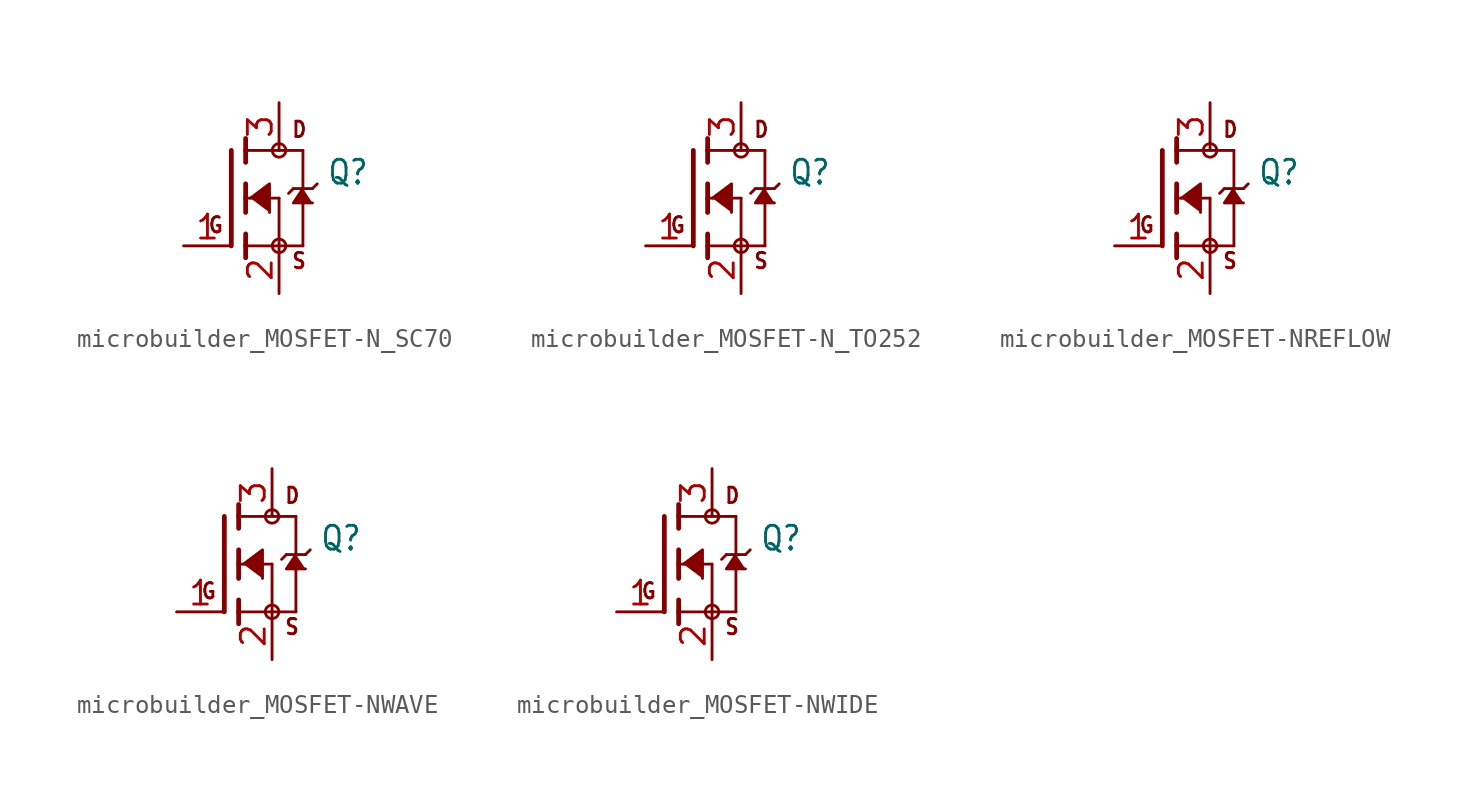
<source format=kicad_sym>
(kicad_symbol_lib
  (version 20231120)
  (generator "kicad_symbol_editor")
  (generator_version "8.0")
  (symbol "microbuilder_MOSFET-N_SC70"
    (property "Reference" "Q"
      (at 5.08 0.635 0)
      (effects (font (size 1.27 1.079)) (justify left bottom)))
    (property "Value" ""
      (at 5.08 -1.27 0)
      (effects (font (size 1.27 1.079)) (justify left bottom)))
    (property "ki_locked" ""
      (at 0 0 0)
      (effects (font (size 1.27 1.27))))
    (symbol "microbuilder_MOSFET-N_SC70_1_0"
      (polyline (pts (xy 0 2.54) (xy 0 -2.54)) (stroke (width 0.254) (type solid)) (fill (type none)))
      (polyline (pts (xy 0.762 -2.54) (xy 0.762 -3.175)) (stroke (width 0.254) (type solid)) (fill (type none)))
      (polyline (pts (xy 0.762 -1.905) (xy 0.762 -2.54)) (stroke (width 0.254) (type solid)) (fill (type none)))
      (polyline (pts (xy 0.762 0) (xy 0.762 -0.762)) (stroke (width 0.254) (type solid)) (fill (type none)))
      (polyline (pts (xy 0.762 0) (xy 2.54 0)) (stroke (width 0.152) (type solid)) (fill (type none)))
      (polyline (pts (xy 0.762 0.762) (xy 0.762 0)) (stroke (width 0.254) (type solid)) (fill (type none)))
      (polyline (pts (xy 0.762 2.54) (xy 0.762 1.905)) (stroke (width 0.254) (type solid)) (fill (type none)))
      (polyline (pts (xy 0.762 2.54) (xy 3.81 2.54)) (stroke (width 0.152) (type solid)) (fill (type none)))
      (polyline (pts (xy 0.762 3.175) (xy 0.762 2.54)) (stroke (width 0.254) (type solid)) (fill (type none)))
      (polyline (pts (xy 2.54 -2.54) (xy 0.762 -2.54)) (stroke (width 0.152) (type solid)) (fill (type none)))
      (polyline (pts (xy 2.54 -2.54) (xy 3.81 -2.54)) (stroke (width 0.152) (type solid)) (fill (type none)))
      (polyline (pts (xy 2.54 0) (xy 2.54 -2.54)) (stroke (width 0.152) (type solid)) (fill (type none)))
      (polyline (pts (xy 3.302 0.508) (xy 3.048 0.254)) (stroke (width 0.152) (type solid)) (fill (type none)))
      (polyline (pts (xy 3.81 0.508) (xy 3.302 0.508)) (stroke (width 0.152) (type solid)) (fill (type none)))
      (polyline (pts (xy 3.81 0.508) (xy 3.81 -2.54)) (stroke (width 0.152) (type solid)) (fill (type none)))
      (polyline (pts (xy 3.81 2.54) (xy 3.81 0.508)) (stroke (width 0.152) (type solid)) (fill (type none)))
      (polyline (pts (xy 4.318 0.508) (xy 3.81 0.508)) (stroke (width 0.152) (type solid)) (fill (type none)))
      (polyline (pts (xy 4.572 0.762) (xy 4.318 0.508)) (stroke (width 0.152) (type solid)) (fill (type none)))
      (polyline (pts (xy 1.016 0) (xy 2.032 0.762) (xy 2.032 -0.762)) (stroke (width 0.152) (type solid)) (fill (type outline)))
      (polyline (pts (xy 3.81 0.508) (xy 3.302 -0.254) (xy 4.318 -0.254)) (stroke (width 0.152) (type solid)) (fill (type outline)))
      (circle (center 2.54 -2.54) (radius 0.359) (stroke (width 0) (type solid)) (fill (type none)))
      (circle (center 2.54 2.54) (radius 0.359) (stroke (width 0) (type solid)) (fill (type none)))
      (text "D" (at 3.175 3.175 0) (effects (font (size 0.813 0.691)) (justify left bottom)))
      (text "G" (at -1.27 -1.905 0) (effects (font (size 0.813 0.691)) (justify left bottom)))
      (text "S" (at 3.175 -3.81 0) (effects (font (size 0.813 0.691)) (justify left bottom)))
      (pin bidirectional line (at -2.54 -2.54 0) (length 2.54) (name "G" (effects (font (size 0 0)))) (number "1" (effects (font (size 1.27 1.27)))))
      (pin bidirectional line (at 2.54 -5.08 90) (length 2.54) (name "S" (effects (font (size 0 0)))) (number "2" (effects (font (size 1.27 1.27)))))
      (pin bidirectional line (at 2.54 5.08 270) (length 2.54) (name "D" (effects (font (size 0 0)))) (number "3" (effects (font (size 1.27 1.27)))))))
  (symbol "microbuilder_MOSFET-N_TO252"
    (property "Reference" "Q"
      (at 5.08 0.635 0)
      (effects (font (size 1.27 1.079)) (justify left bottom)))
    (property "Value" ""
      (at 5.08 -1.27 0)
      (effects (font (size 1.27 1.079)) (justify left bottom)))
    (property "ki_locked" ""
      (at 0 0 0)
      (effects (font (size 1.27 1.27))))
    (symbol "microbuilder_MOSFET-N_TO252_1_0"
      (polyline (pts (xy 0 2.54) (xy 0 -2.54)) (stroke (width 0.254) (type solid)) (fill (type none)))
      (polyline (pts (xy 0.762 -2.54) (xy 0.762 -3.175)) (stroke (width 0.254) (type solid)) (fill (type none)))
      (polyline (pts (xy 0.762 -1.905) (xy 0.762 -2.54)) (stroke (width 0.254) (type solid)) (fill (type none)))
      (polyline (pts (xy 0.762 0) (xy 0.762 -0.762)) (stroke (width 0.254) (type solid)) (fill (type none)))
      (polyline (pts (xy 0.762 0) (xy 2.54 0)) (stroke (width 0.152) (type solid)) (fill (type none)))
      (polyline (pts (xy 0.762 0.762) (xy 0.762 0)) (stroke (width 0.254) (type solid)) (fill (type none)))
      (polyline (pts (xy 0.762 2.54) (xy 0.762 1.905)) (stroke (width 0.254) (type solid)) (fill (type none)))
      (polyline (pts (xy 0.762 2.54) (xy 3.81 2.54)) (stroke (width 0.152) (type solid)) (fill (type none)))
      (polyline (pts (xy 0.762 3.175) (xy 0.762 2.54)) (stroke (width 0.254) (type solid)) (fill (type none)))
      (polyline (pts (xy 2.54 -2.54) (xy 0.762 -2.54)) (stroke (width 0.152) (type solid)) (fill (type none)))
      (polyline (pts (xy 2.54 -2.54) (xy 3.81 -2.54)) (stroke (width 0.152) (type solid)) (fill (type none)))
      (polyline (pts (xy 2.54 0) (xy 2.54 -2.54)) (stroke (width 0.152) (type solid)) (fill (type none)))
      (polyline (pts (xy 3.302 0.508) (xy 3.048 0.254)) (stroke (width 0.152) (type solid)) (fill (type none)))
      (polyline (pts (xy 3.81 0.508) (xy 3.302 0.508)) (stroke (width 0.152) (type solid)) (fill (type none)))
      (polyline (pts (xy 3.81 0.508) (xy 3.81 -2.54)) (stroke (width 0.152) (type solid)) (fill (type none)))
      (polyline (pts (xy 3.81 2.54) (xy 3.81 0.508)) (stroke (width 0.152) (type solid)) (fill (type none)))
      (polyline (pts (xy 4.318 0.508) (xy 3.81 0.508)) (stroke (width 0.152) (type solid)) (fill (type none)))
      (polyline (pts (xy 4.572 0.762) (xy 4.318 0.508)) (stroke (width 0.152) (type solid)) (fill (type none)))
      (polyline (pts (xy 1.016 0) (xy 2.032 0.762) (xy 2.032 -0.762)) (stroke (width 0.152) (type solid)) (fill (type outline)))
      (polyline (pts (xy 3.81 0.508) (xy 3.302 -0.254) (xy 4.318 -0.254)) (stroke (width 0.152) (type solid)) (fill (type outline)))
      (circle (center 2.54 -2.54) (radius 0.359) (stroke (width 0) (type solid)) (fill (type none)))
      (circle (center 2.54 2.54) (radius 0.359) (stroke (width 0) (type solid)) (fill (type none)))
      (text "D" (at 3.175 3.175 0) (effects (font (size 0.813 0.691)) (justify left bottom)))
      (text "G" (at -1.27 -1.905 0) (effects (font (size 0.813 0.691)) (justify left bottom)))
      (text "S" (at 3.175 -3.81 0) (effects (font (size 0.813 0.691)) (justify left bottom)))
      (pin bidirectional line (at -2.54 -2.54 0) (length 2.54) (name "G" (effects (font (size 0 0)))) (number "1" (effects (font (size 1.27 1.27)))))
      (pin bidirectional line (at 2.54 -5.08 90) (length 2.54) (name "S" (effects (font (size 0 0)))) (number "2" (effects (font (size 1.27 1.27)))))
      (pin bidirectional line (at 2.54 5.08 270) (length 2.54) (name "D" (effects (font (size 0 0)))) (number "3" (effects (font (size 1.27 1.27)))))))
  (symbol "microbuilder_MOSFET-NREFLOW"
    (property "Reference" "Q"
      (at 5.08 0.635 0)
      (effects (font (size 1.27 1.079)) (justify left bottom)))
    (property "Value" ""
      (at 5.08 -1.27 0)
      (effects (font (size 1.27 1.079)) (justify left bottom)))
    (property "ki_locked" ""
      (at 0 0 0)
      (effects (font (size 1.27 1.27))))
    (symbol "microbuilder_MOSFET-NREFLOW_1_0"
      (polyline (pts (xy 0 2.54) (xy 0 -2.54)) (stroke (width 0.254) (type solid)) (fill (type none)))
      (polyline (pts (xy 0.762 -2.54) (xy 0.762 -3.175)) (stroke (width 0.254) (type solid)) (fill (type none)))
      (polyline (pts (xy 0.762 -1.905) (xy 0.762 -2.54)) (stroke (width 0.254) (type solid)) (fill (type none)))
      (polyline (pts (xy 0.762 0) (xy 0.762 -0.762)) (stroke (width 0.254) (type solid)) (fill (type none)))
      (polyline (pts (xy 0.762 0) (xy 2.54 0)) (stroke (width 0.152) (type solid)) (fill (type none)))
      (polyline (pts (xy 0.762 0.762) (xy 0.762 0)) (stroke (width 0.254) (type solid)) (fill (type none)))
      (polyline (pts (xy 0.762 2.54) (xy 0.762 1.905)) (stroke (width 0.254) (type solid)) (fill (type none)))
      (polyline (pts (xy 0.762 2.54) (xy 3.81 2.54)) (stroke (width 0.152) (type solid)) (fill (type none)))
      (polyline (pts (xy 0.762 3.175) (xy 0.762 2.54)) (stroke (width 0.254) (type solid)) (fill (type none)))
      (polyline (pts (xy 2.54 -2.54) (xy 0.762 -2.54)) (stroke (width 0.152) (type solid)) (fill (type none)))
      (polyline (pts (xy 2.54 -2.54) (xy 3.81 -2.54)) (stroke (width 0.152) (type solid)) (fill (type none)))
      (polyline (pts (xy 2.54 0) (xy 2.54 -2.54)) (stroke (width 0.152) (type solid)) (fill (type none)))
      (polyline (pts (xy 3.302 0.508) (xy 3.048 0.254)) (stroke (width 0.152) (type solid)) (fill (type none)))
      (polyline (pts (xy 3.81 0.508) (xy 3.302 0.508)) (stroke (width 0.152) (type solid)) (fill (type none)))
      (polyline (pts (xy 3.81 0.508) (xy 3.81 -2.54)) (stroke (width 0.152) (type solid)) (fill (type none)))
      (polyline (pts (xy 3.81 2.54) (xy 3.81 0.508)) (stroke (width 0.152) (type solid)) (fill (type none)))
      (polyline (pts (xy 4.318 0.508) (xy 3.81 0.508)) (stroke (width 0.152) (type solid)) (fill (type none)))
      (polyline (pts (xy 4.572 0.762) (xy 4.318 0.508)) (stroke (width 0.152) (type solid)) (fill (type none)))
      (polyline (pts (xy 1.016 0) (xy 2.032 0.762) (xy 2.032 -0.762)) (stroke (width 0.152) (type solid)) (fill (type outline)))
      (polyline (pts (xy 3.81 0.508) (xy 3.302 -0.254) (xy 4.318 -0.254)) (stroke (width 0.152) (type solid)) (fill (type outline)))
      (circle (center 2.54 -2.54) (radius 0.359) (stroke (width 0) (type solid)) (fill (type none)))
      (circle (center 2.54 2.54) (radius 0.359) (stroke (width 0) (type solid)) (fill (type none)))
      (text "D" (at 3.175 3.175 0) (effects (font (size 0.813 0.691)) (justify left bottom)))
      (text "G" (at -1.27 -1.905 0) (effects (font (size 0.813 0.691)) (justify left bottom)))
      (text "S" (at 3.175 -3.81 0) (effects (font (size 0.813 0.691)) (justify left bottom)))
      (pin bidirectional line (at -2.54 -2.54 0) (length 2.54) (name "G" (effects (font (size 0 0)))) (number "1" (effects (font (size 1.27 1.27)))))
      (pin bidirectional line (at 2.54 -5.08 90) (length 2.54) (name "S" (effects (font (size 0 0)))) (number "2" (effects (font (size 1.27 1.27)))))
      (pin bidirectional line (at 2.54 5.08 270) (length 2.54) (name "D" (effects (font (size 0 0)))) (number "3" (effects (font (size 1.27 1.27)))))))
  (symbol "microbuilder_MOSFET-NWAVE"
    (property "Reference" "Q"
      (at 5.08 0.635 0)
      (effects (font (size 1.27 1.079)) (justify left bottom)))
    (property "Value" ""
      (at 5.08 -1.27 0)
      (effects (font (size 1.27 1.079)) (justify left bottom)))
    (property "ki_locked" ""
      (at 0 0 0)
      (effects (font (size 1.27 1.27))))
    (symbol "microbuilder_MOSFET-NWAVE_1_0"
      (polyline (pts (xy 0 2.54) (xy 0 -2.54)) (stroke (width 0.254) (type solid)) (fill (type none)))
      (polyline (pts (xy 0.762 -2.54) (xy 0.762 -3.175)) (stroke (width 0.254) (type solid)) (fill (type none)))
      (polyline (pts (xy 0.762 -1.905) (xy 0.762 -2.54)) (stroke (width 0.254) (type solid)) (fill (type none)))
      (polyline (pts (xy 0.762 0) (xy 0.762 -0.762)) (stroke (width 0.254) (type solid)) (fill (type none)))
      (polyline (pts (xy 0.762 0) (xy 2.54 0)) (stroke (width 0.152) (type solid)) (fill (type none)))
      (polyline (pts (xy 0.762 0.762) (xy 0.762 0)) (stroke (width 0.254) (type solid)) (fill (type none)))
      (polyline (pts (xy 0.762 2.54) (xy 0.762 1.905)) (stroke (width 0.254) (type solid)) (fill (type none)))
      (polyline (pts (xy 0.762 2.54) (xy 3.81 2.54)) (stroke (width 0.152) (type solid)) (fill (type none)))
      (polyline (pts (xy 0.762 3.175) (xy 0.762 2.54)) (stroke (width 0.254) (type solid)) (fill (type none)))
      (polyline (pts (xy 2.54 -2.54) (xy 0.762 -2.54)) (stroke (width 0.152) (type solid)) (fill (type none)))
      (polyline (pts (xy 2.54 -2.54) (xy 3.81 -2.54)) (stroke (width 0.152) (type solid)) (fill (type none)))
      (polyline (pts (xy 2.54 0) (xy 2.54 -2.54)) (stroke (width 0.152) (type solid)) (fill (type none)))
      (polyline (pts (xy 3.302 0.508) (xy 3.048 0.254)) (stroke (width 0.152) (type solid)) (fill (type none)))
      (polyline (pts (xy 3.81 0.508) (xy 3.302 0.508)) (stroke (width 0.152) (type solid)) (fill (type none)))
      (polyline (pts (xy 3.81 0.508) (xy 3.81 -2.54)) (stroke (width 0.152) (type solid)) (fill (type none)))
      (polyline (pts (xy 3.81 2.54) (xy 3.81 0.508)) (stroke (width 0.152) (type solid)) (fill (type none)))
      (polyline (pts (xy 4.318 0.508) (xy 3.81 0.508)) (stroke (width 0.152) (type solid)) (fill (type none)))
      (polyline (pts (xy 4.572 0.762) (xy 4.318 0.508)) (stroke (width 0.152) (type solid)) (fill (type none)))
      (polyline (pts (xy 1.016 0) (xy 2.032 0.762) (xy 2.032 -0.762)) (stroke (width 0.152) (type solid)) (fill (type outline)))
      (polyline (pts (xy 3.81 0.508) (xy 3.302 -0.254) (xy 4.318 -0.254)) (stroke (width 0.152) (type solid)) (fill (type outline)))
      (circle (center 2.54 -2.54) (radius 0.359) (stroke (width 0) (type solid)) (fill (type none)))
      (circle (center 2.54 2.54) (radius 0.359) (stroke (width 0) (type solid)) (fill (type none)))
      (text "D" (at 3.175 3.175 0) (effects (font (size 0.813 0.691)) (justify left bottom)))
      (text "G" (at -1.27 -1.905 0) (effects (font (size 0.813 0.691)) (justify left bottom)))
      (text "S" (at 3.175 -3.81 0) (effects (font (size 0.813 0.691)) (justify left bottom)))
      (pin bidirectional line (at -2.54 -2.54 0) (length 2.54) (name "G" (effects (font (size 0 0)))) (number "1" (effects (font (size 1.27 1.27)))))
      (pin bidirectional line (at 2.54 -5.08 90) (length 2.54) (name "S" (effects (font (size 0 0)))) (number "2" (effects (font (size 1.27 1.27)))))
      (pin bidirectional line (at 2.54 5.08 270) (length 2.54) (name "D" (effects (font (size 0 0)))) (number "3" (effects (font (size 1.27 1.27)))))))
  (symbol "microbuilder_MOSFET-NWIDE"
    (property "Reference" "Q"
      (at 5.08 0.635 0)
      (effects (font (size 1.27 1.079)) (justify left bottom)))
    (property "Value" ""
      (at 5.08 -1.27 0)
      (effects (font (size 1.27 1.079)) (justify left bottom)))
    (property "ki_locked" ""
      (at 0 0 0)
      (effects (font (size 1.27 1.27))))
    (symbol "microbuilder_MOSFET-NWIDE_1_0"
      (polyline (pts (xy 0 2.54) (xy 0 -2.54)) (stroke (width 0.254) (type solid)) (fill (type none)))
      (polyline (pts (xy 0.762 -2.54) (xy 0.762 -3.175)) (stroke (width 0.254) (type solid)) (fill (type none)))
      (polyline (pts (xy 0.762 -1.905) (xy 0.762 -2.54)) (stroke (width 0.254) (type solid)) (fill (type none)))
      (polyline (pts (xy 0.762 0) (xy 0.762 -0.762)) (stroke (width 0.254) (type solid)) (fill (type none)))
      (polyline (pts (xy 0.762 0) (xy 2.54 0)) (stroke (width 0.152) (type solid)) (fill (type none)))
      (polyline (pts (xy 0.762 0.762) (xy 0.762 0)) (stroke (width 0.254) (type solid)) (fill (type none)))
      (polyline (pts (xy 0.762 2.54) (xy 0.762 1.905)) (stroke (width 0.254) (type solid)) (fill (type none)))
      (polyline (pts (xy 0.762 2.54) (xy 3.81 2.54)) (stroke (width 0.152) (type solid)) (fill (type none)))
      (polyline (pts (xy 0.762 3.175) (xy 0.762 2.54)) (stroke (width 0.254) (type solid)) (fill (type none)))
      (polyline (pts (xy 2.54 -2.54) (xy 0.762 -2.54)) (stroke (width 0.152) (type solid)) (fill (type none)))
      (polyline (pts (xy 2.54 -2.54) (xy 3.81 -2.54)) (stroke (width 0.152) (type solid)) (fill (type none)))
      (polyline (pts (xy 2.54 0) (xy 2.54 -2.54)) (stroke (width 0.152) (type solid)) (fill (type none)))
      (polyline (pts (xy 3.302 0.508) (xy 3.048 0.254)) (stroke (width 0.152) (type solid)) (fill (type none)))
      (polyline (pts (xy 3.81 0.508) (xy 3.302 0.508)) (stroke (width 0.152) (type solid)) (fill (type none)))
      (polyline (pts (xy 3.81 0.508) (xy 3.81 -2.54)) (stroke (width 0.152) (type solid)) (fill (type none)))
      (polyline (pts (xy 3.81 2.54) (xy 3.81 0.508)) (stroke (width 0.152) (type solid)) (fill (type none)))
      (polyline (pts (xy 4.318 0.508) (xy 3.81 0.508)) (stroke (width 0.152) (type solid)) (fill (type none)))
      (polyline (pts (xy 4.572 0.762) (xy 4.318 0.508)) (stroke (width 0.152) (type solid)) (fill (type none)))
      (polyline (pts (xy 1.016 0) (xy 2.032 0.762) (xy 2.032 -0.762)) (stroke (width 0.152) (type solid)) (fill (type outline)))
      (polyline (pts (xy 3.81 0.508) (xy 3.302 -0.254) (xy 4.318 -0.254)) (stroke (width 0.152) (type solid)) (fill (type outline)))
      (circle (center 2.54 -2.54) (radius 0.359) (stroke (width 0) (type solid)) (fill (type none)))
      (circle (center 2.54 2.54) (radius 0.359) (stroke (width 0) (type solid)) (fill (type none)))
      (text "D" (at 3.175 3.175 0) (effects (font (size 0.813 0.691)) (justify left bottom)))
      (text "G" (at -1.27 -1.905 0) (effects (font (size 0.813 0.691)) (justify left bottom)))
      (text "S" (at 3.175 -3.81 0) (effects (font (size 0.813 0.691)) (justify left bottom)))
      (pin bidirectional line (at -2.54 -2.54 0) (length 2.54) (name "G" (effects (font (size 0 0)))) (number "1" (effects (font (size 1.27 1.27)))))
      (pin bidirectional line (at 2.54 -5.08 90) (length 2.54) (name "S" (effects (font (size 0 0)))) (number "2" (effects (font (size 1.27 1.27)))))
      (pin bidirectional line (at 2.54 5.08 270) (length 2.54) (name "D" (effects (font (size 0 0)))) (number "3" (effects (font (size 1.27 1.27))))))))
</source>
